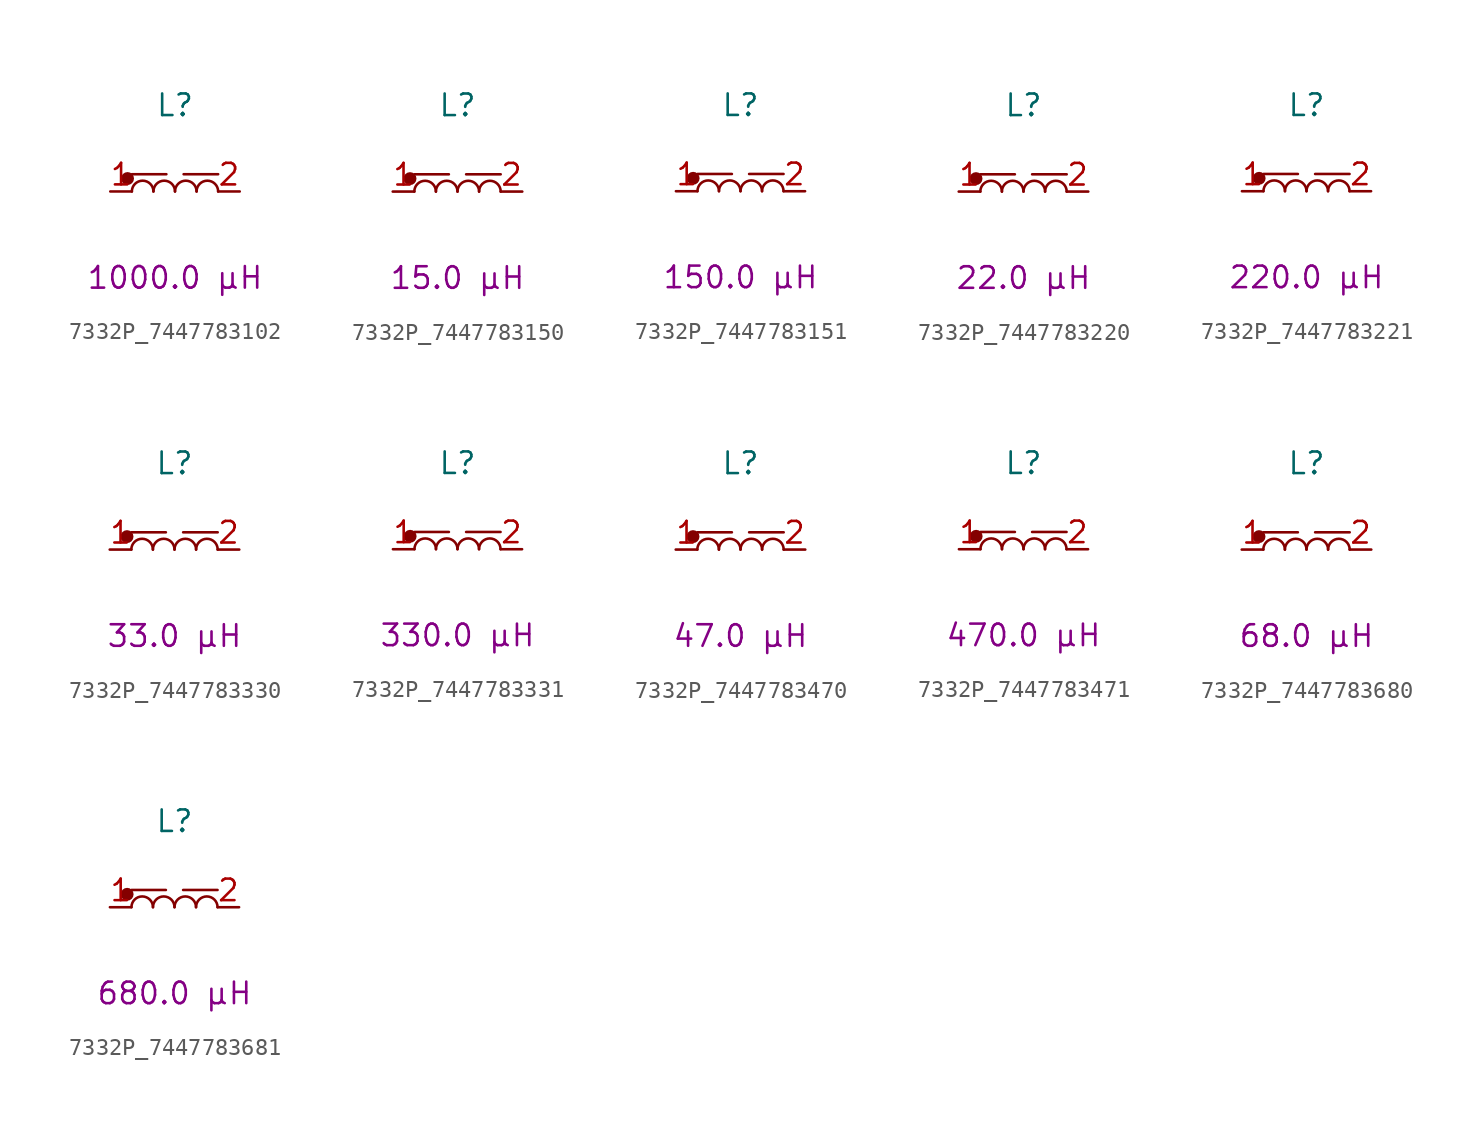
<source format=kicad_sym>
(kicad_symbol_lib
  (version 20220914)
  (generator kicad_symbol_editor)
  (symbol "7332P_7447783102"
    (pin_names hide)
    (property "Reference" "L"
      (at 0 5.08 0)
      (effects (font (size 1.27 1.27))))
    (property "Critical Parameter" "1000.0 µH"
      (at 0 -5.08 0)
      (effects (font (size 1.27 1.27))))
    (symbol "7332P_7447783102_0_1"
      (arc (start -1.27 0) (mid -1.905 0.6323) (end -2.54 0) (stroke (width 0) (type default)) (fill (type none)))
      (arc (start 0 0) (mid -0.635 0.6323) (end -1.27 0) (stroke (width 0) (type default)) (fill (type none)))
      (polyline (pts (xy -2.54 1.016) (xy -0.508 1.016)) (stroke (width 0) (type default)) (fill (type none)))
      (arc (start 1.27 0) (mid 0.635 0.6323) (end 0 0) (stroke (width 0) (type default)) (fill (type none)))
      (arc (start 2.54 0) (mid 1.905 0.6323) (end 1.27 0) (stroke (width 0) (type default)) (fill (type none))))
    (symbol "7332P_7447783102_1_1"
      (circle (center -2.794 0.762) (radius 0.0001) (stroke (width 0.381) (type default)) (fill (type none)))
      (polyline (pts (xy 2.54 1.016) (xy 0.508 1.016)) (stroke (width 0) (type default)) (fill (type none)))
      (pin passive line (at -3.81 0 0) (length 1.27) (name "1" (effects (font (size 1.27 1.27)))) (number "1" (effects (font (size 1.27 1.27)))))
      (pin passive line (at 3.81 0 180) (length 1.27) (name "2" (effects (font (size 1.27 1.27)))) (number "2" (effects (font (size 1.27 1.27)))))))
  (symbol "7332P_7447783150"
    (pin_names hide)
    (property "Reference" "L"
      (at 0 5.08 0)
      (effects (font (size 1.27 1.27))))
    (property "Critical Parameter" "15.0 µH"
      (at 0 -5.08 0)
      (effects (font (size 1.27 1.27))))
    (symbol "7332P_7447783150_0_1"
      (arc (start -1.27 0) (mid -1.905 0.6323) (end -2.54 0) (stroke (width 0) (type default)) (fill (type none)))
      (arc (start 0 0) (mid -0.635 0.6323) (end -1.27 0) (stroke (width 0) (type default)) (fill (type none)))
      (polyline (pts (xy -2.54 1.016) (xy -0.508 1.016)) (stroke (width 0) (type default)) (fill (type none)))
      (arc (start 1.27 0) (mid 0.635 0.6323) (end 0 0) (stroke (width 0) (type default)) (fill (type none)))
      (arc (start 2.54 0) (mid 1.905 0.6323) (end 1.27 0) (stroke (width 0) (type default)) (fill (type none))))
    (symbol "7332P_7447783150_1_1"
      (circle (center -2.794 0.762) (radius 0.0001) (stroke (width 0.381) (type default)) (fill (type none)))
      (polyline (pts (xy 2.54 1.016) (xy 0.508 1.016)) (stroke (width 0) (type default)) (fill (type none)))
      (pin passive line (at -3.81 0 0) (length 1.27) (name "1" (effects (font (size 1.27 1.27)))) (number "1" (effects (font (size 1.27 1.27)))))
      (pin passive line (at 3.81 0 180) (length 1.27) (name "2" (effects (font (size 1.27 1.27)))) (number "2" (effects (font (size 1.27 1.27)))))))
  (symbol "7332P_7447783151"
    (pin_names hide)
    (property "Reference" "L"
      (at 0 5.08 0)
      (effects (font (size 1.27 1.27))))
    (property "Critical Parameter" "150.0 µH"
      (at 0 -5.08 0)
      (effects (font (size 1.27 1.27))))
    (symbol "7332P_7447783151_0_1"
      (arc (start -1.27 0) (mid -1.905 0.6323) (end -2.54 0) (stroke (width 0) (type default)) (fill (type none)))
      (arc (start 0 0) (mid -0.635 0.6323) (end -1.27 0) (stroke (width 0) (type default)) (fill (type none)))
      (polyline (pts (xy -2.54 1.016) (xy -0.508 1.016)) (stroke (width 0) (type default)) (fill (type none)))
      (arc (start 1.27 0) (mid 0.635 0.6323) (end 0 0) (stroke (width 0) (type default)) (fill (type none)))
      (arc (start 2.54 0) (mid 1.905 0.6323) (end 1.27 0) (stroke (width 0) (type default)) (fill (type none))))
    (symbol "7332P_7447783151_1_1"
      (circle (center -2.794 0.762) (radius 0.0001) (stroke (width 0.381) (type default)) (fill (type none)))
      (polyline (pts (xy 2.54 1.016) (xy 0.508 1.016)) (stroke (width 0) (type default)) (fill (type none)))
      (pin passive line (at -3.81 0 0) (length 1.27) (name "1" (effects (font (size 1.27 1.27)))) (number "1" (effects (font (size 1.27 1.27)))))
      (pin passive line (at 3.81 0 180) (length 1.27) (name "2" (effects (font (size 1.27 1.27)))) (number "2" (effects (font (size 1.27 1.27)))))))
  (symbol "7332P_7447783220"
    (pin_names hide)
    (property "Reference" "L"
      (at 0 5.08 0)
      (effects (font (size 1.27 1.27))))
    (property "Critical Parameter" "22.0 µH"
      (at 0 -5.08 0)
      (effects (font (size 1.27 1.27))))
    (symbol "7332P_7447783220_0_1"
      (arc (start -1.27 0) (mid -1.905 0.6323) (end -2.54 0) (stroke (width 0) (type default)) (fill (type none)))
      (arc (start 0 0) (mid -0.635 0.6323) (end -1.27 0) (stroke (width 0) (type default)) (fill (type none)))
      (polyline (pts (xy -2.54 1.016) (xy -0.508 1.016)) (stroke (width 0) (type default)) (fill (type none)))
      (arc (start 1.27 0) (mid 0.635 0.6323) (end 0 0) (stroke (width 0) (type default)) (fill (type none)))
      (arc (start 2.54 0) (mid 1.905 0.6323) (end 1.27 0) (stroke (width 0) (type default)) (fill (type none))))
    (symbol "7332P_7447783220_1_1"
      (circle (center -2.794 0.762) (radius 0.0001) (stroke (width 0.381) (type default)) (fill (type none)))
      (polyline (pts (xy 2.54 1.016) (xy 0.508 1.016)) (stroke (width 0) (type default)) (fill (type none)))
      (pin passive line (at -3.81 0 0) (length 1.27) (name "1" (effects (font (size 1.27 1.27)))) (number "1" (effects (font (size 1.27 1.27)))))
      (pin passive line (at 3.81 0 180) (length 1.27) (name "2" (effects (font (size 1.27 1.27)))) (number "2" (effects (font (size 1.27 1.27)))))))
  (symbol "7332P_7447783221"
    (pin_names hide)
    (property "Reference" "L"
      (at 0 5.08 0)
      (effects (font (size 1.27 1.27))))
    (property "Critical Parameter" "220.0 µH"
      (at 0 -5.08 0)
      (effects (font (size 1.27 1.27))))
    (symbol "7332P_7447783221_0_1"
      (arc (start -1.27 0) (mid -1.905 0.6323) (end -2.54 0) (stroke (width 0) (type default)) (fill (type none)))
      (arc (start 0 0) (mid -0.635 0.6323) (end -1.27 0) (stroke (width 0) (type default)) (fill (type none)))
      (polyline (pts (xy -2.54 1.016) (xy -0.508 1.016)) (stroke (width 0) (type default)) (fill (type none)))
      (arc (start 1.27 0) (mid 0.635 0.6323) (end 0 0) (stroke (width 0) (type default)) (fill (type none)))
      (arc (start 2.54 0) (mid 1.905 0.6323) (end 1.27 0) (stroke (width 0) (type default)) (fill (type none))))
    (symbol "7332P_7447783221_1_1"
      (circle (center -2.794 0.762) (radius 0.0001) (stroke (width 0.381) (type default)) (fill (type none)))
      (polyline (pts (xy 2.54 1.016) (xy 0.508 1.016)) (stroke (width 0) (type default)) (fill (type none)))
      (pin passive line (at -3.81 0 0) (length 1.27) (name "1" (effects (font (size 1.27 1.27)))) (number "1" (effects (font (size 1.27 1.27)))))
      (pin passive line (at 3.81 0 180) (length 1.27) (name "2" (effects (font (size 1.27 1.27)))) (number "2" (effects (font (size 1.27 1.27)))))))
  (symbol "7332P_7447783330"
    (pin_names hide)
    (property "Reference" "L"
      (at 0 5.08 0)
      (effects (font (size 1.27 1.27))))
    (property "Critical Parameter" "33.0 µH"
      (at 0 -5.08 0)
      (effects (font (size 1.27 1.27))))
    (symbol "7332P_7447783330_0_1"
      (arc (start -1.27 0) (mid -1.905 0.6323) (end -2.54 0) (stroke (width 0) (type default)) (fill (type none)))
      (arc (start 0 0) (mid -0.635 0.6323) (end -1.27 0) (stroke (width 0) (type default)) (fill (type none)))
      (polyline (pts (xy -2.54 1.016) (xy -0.508 1.016)) (stroke (width 0) (type default)) (fill (type none)))
      (arc (start 1.27 0) (mid 0.635 0.6323) (end 0 0) (stroke (width 0) (type default)) (fill (type none)))
      (arc (start 2.54 0) (mid 1.905 0.6323) (end 1.27 0) (stroke (width 0) (type default)) (fill (type none))))
    (symbol "7332P_7447783330_1_1"
      (circle (center -2.794 0.762) (radius 0.0001) (stroke (width 0.381) (type default)) (fill (type none)))
      (polyline (pts (xy 2.54 1.016) (xy 0.508 1.016)) (stroke (width 0) (type default)) (fill (type none)))
      (pin passive line (at -3.81 0 0) (length 1.27) (name "1" (effects (font (size 1.27 1.27)))) (number "1" (effects (font (size 1.27 1.27)))))
      (pin passive line (at 3.81 0 180) (length 1.27) (name "2" (effects (font (size 1.27 1.27)))) (number "2" (effects (font (size 1.27 1.27)))))))
  (symbol "7332P_7447783331"
    (pin_names hide)
    (property "Reference" "L"
      (at 0 5.08 0)
      (effects (font (size 1.27 1.27))))
    (property "Critical Parameter" "330.0 µH"
      (at 0 -5.08 0)
      (effects (font (size 1.27 1.27))))
    (symbol "7332P_7447783331_0_1"
      (arc (start -1.27 0) (mid -1.905 0.6323) (end -2.54 0) (stroke (width 0) (type default)) (fill (type none)))
      (arc (start 0 0) (mid -0.635 0.6323) (end -1.27 0) (stroke (width 0) (type default)) (fill (type none)))
      (polyline (pts (xy -2.54 1.016) (xy -0.508 1.016)) (stroke (width 0) (type default)) (fill (type none)))
      (arc (start 1.27 0) (mid 0.635 0.6323) (end 0 0) (stroke (width 0) (type default)) (fill (type none)))
      (arc (start 2.54 0) (mid 1.905 0.6323) (end 1.27 0) (stroke (width 0) (type default)) (fill (type none))))
    (symbol "7332P_7447783331_1_1"
      (circle (center -2.794 0.762) (radius 0.0001) (stroke (width 0.381) (type default)) (fill (type none)))
      (polyline (pts (xy 2.54 1.016) (xy 0.508 1.016)) (stroke (width 0) (type default)) (fill (type none)))
      (pin passive line (at -3.81 0 0) (length 1.27) (name "1" (effects (font (size 1.27 1.27)))) (number "1" (effects (font (size 1.27 1.27)))))
      (pin passive line (at 3.81 0 180) (length 1.27) (name "2" (effects (font (size 1.27 1.27)))) (number "2" (effects (font (size 1.27 1.27)))))))
  (symbol "7332P_7447783470"
    (pin_names hide)
    (property "Reference" "L"
      (at 0 5.08 0)
      (effects (font (size 1.27 1.27))))
    (property "Critical Parameter" "47.0 µH"
      (at 0 -5.08 0)
      (effects (font (size 1.27 1.27))))
    (symbol "7332P_7447783470_0_1"
      (arc (start -1.27 0) (mid -1.905 0.6323) (end -2.54 0) (stroke (width 0) (type default)) (fill (type none)))
      (arc (start 0 0) (mid -0.635 0.6323) (end -1.27 0) (stroke (width 0) (type default)) (fill (type none)))
      (polyline (pts (xy -2.54 1.016) (xy -0.508 1.016)) (stroke (width 0) (type default)) (fill (type none)))
      (arc (start 1.27 0) (mid 0.635 0.6323) (end 0 0) (stroke (width 0) (type default)) (fill (type none)))
      (arc (start 2.54 0) (mid 1.905 0.6323) (end 1.27 0) (stroke (width 0) (type default)) (fill (type none))))
    (symbol "7332P_7447783470_1_1"
      (circle (center -2.794 0.762) (radius 0.0001) (stroke (width 0.381) (type default)) (fill (type none)))
      (polyline (pts (xy 2.54 1.016) (xy 0.508 1.016)) (stroke (width 0) (type default)) (fill (type none)))
      (pin passive line (at -3.81 0 0) (length 1.27) (name "1" (effects (font (size 1.27 1.27)))) (number "1" (effects (font (size 1.27 1.27)))))
      (pin passive line (at 3.81 0 180) (length 1.27) (name "2" (effects (font (size 1.27 1.27)))) (number "2" (effects (font (size 1.27 1.27)))))))
  (symbol "7332P_7447783471"
    (pin_names hide)
    (property "Reference" "L"
      (at 0 5.08 0)
      (effects (font (size 1.27 1.27))))
    (property "Critical Parameter" "470.0 µH"
      (at 0 -5.08 0)
      (effects (font (size 1.27 1.27))))
    (symbol "7332P_7447783471_0_1"
      (arc (start -1.27 0) (mid -1.905 0.6323) (end -2.54 0) (stroke (width 0) (type default)) (fill (type none)))
      (arc (start 0 0) (mid -0.635 0.6323) (end -1.27 0) (stroke (width 0) (type default)) (fill (type none)))
      (polyline (pts (xy -2.54 1.016) (xy -0.508 1.016)) (stroke (width 0) (type default)) (fill (type none)))
      (arc (start 1.27 0) (mid 0.635 0.6323) (end 0 0) (stroke (width 0) (type default)) (fill (type none)))
      (arc (start 2.54 0) (mid 1.905 0.6323) (end 1.27 0) (stroke (width 0) (type default)) (fill (type none))))
    (symbol "7332P_7447783471_1_1"
      (circle (center -2.794 0.762) (radius 0.0001) (stroke (width 0.381) (type default)) (fill (type none)))
      (polyline (pts (xy 2.54 1.016) (xy 0.508 1.016)) (stroke (width 0) (type default)) (fill (type none)))
      (pin passive line (at -3.81 0 0) (length 1.27) (name "1" (effects (font (size 1.27 1.27)))) (number "1" (effects (font (size 1.27 1.27)))))
      (pin passive line (at 3.81 0 180) (length 1.27) (name "2" (effects (font (size 1.27 1.27)))) (number "2" (effects (font (size 1.27 1.27)))))))
  (symbol "7332P_7447783680"
    (pin_names hide)
    (property "Reference" "L"
      (at 0 5.08 0)
      (effects (font (size 1.27 1.27))))
    (property "Critical Parameter" "68.0 µH"
      (at 0 -5.08 0)
      (effects (font (size 1.27 1.27))))
    (symbol "7332P_7447783680_0_1"
      (arc (start -1.27 0) (mid -1.905 0.6323) (end -2.54 0) (stroke (width 0) (type default)) (fill (type none)))
      (arc (start 0 0) (mid -0.635 0.6323) (end -1.27 0) (stroke (width 0) (type default)) (fill (type none)))
      (polyline (pts (xy -2.54 1.016) (xy -0.508 1.016)) (stroke (width 0) (type default)) (fill (type none)))
      (arc (start 1.27 0) (mid 0.635 0.6323) (end 0 0) (stroke (width 0) (type default)) (fill (type none)))
      (arc (start 2.54 0) (mid 1.905 0.6323) (end 1.27 0) (stroke (width 0) (type default)) (fill (type none))))
    (symbol "7332P_7447783680_1_1"
      (circle (center -2.794 0.762) (radius 0.0001) (stroke (width 0.381) (type default)) (fill (type none)))
      (polyline (pts (xy 2.54 1.016) (xy 0.508 1.016)) (stroke (width 0) (type default)) (fill (type none)))
      (pin passive line (at -3.81 0 0) (length 1.27) (name "1" (effects (font (size 1.27 1.27)))) (number "1" (effects (font (size 1.27 1.27)))))
      (pin passive line (at 3.81 0 180) (length 1.27) (name "2" (effects (font (size 1.27 1.27)))) (number "2" (effects (font (size 1.27 1.27)))))))
  (symbol "7332P_7447783681"
    (pin_names hide)
    (property "Reference" "L"
      (at 0 5.08 0)
      (effects (font (size 1.27 1.27))))
    (property "Critical Parameter" "680.0 µH"
      (at 0 -5.08 0)
      (effects (font (size 1.27 1.27))))
    (symbol "7332P_7447783681_0_1"
      (arc (start -1.27 0) (mid -1.905 0.6323) (end -2.54 0) (stroke (width 0) (type default)) (fill (type none)))
      (arc (start 0 0) (mid -0.635 0.6323) (end -1.27 0) (stroke (width 0) (type default)) (fill (type none)))
      (polyline (pts (xy -2.54 1.016) (xy -0.508 1.016)) (stroke (width 0) (type default)) (fill (type none)))
      (arc (start 1.27 0) (mid 0.635 0.6323) (end 0 0) (stroke (width 0) (type default)) (fill (type none)))
      (arc (start 2.54 0) (mid 1.905 0.6323) (end 1.27 0) (stroke (width 0) (type default)) (fill (type none))))
    (symbol "7332P_7447783681_1_1"
      (circle (center -2.794 0.762) (radius 0.0001) (stroke (width 0.381) (type default)) (fill (type none)))
      (polyline (pts (xy 2.54 1.016) (xy 0.508 1.016)) (stroke (width 0) (type default)) (fill (type none)))
      (pin passive line (at -3.81 0 0) (length 1.27) (name "1" (effects (font (size 1.27 1.27)))) (number "1" (effects (font (size 1.27 1.27)))))
      (pin passive line (at 3.81 0 180) (length 1.27) (name "2" (effects (font (size 1.27 1.27)))) (number "2" (effects (font (size 1.27 1.27))))))))
</source>
